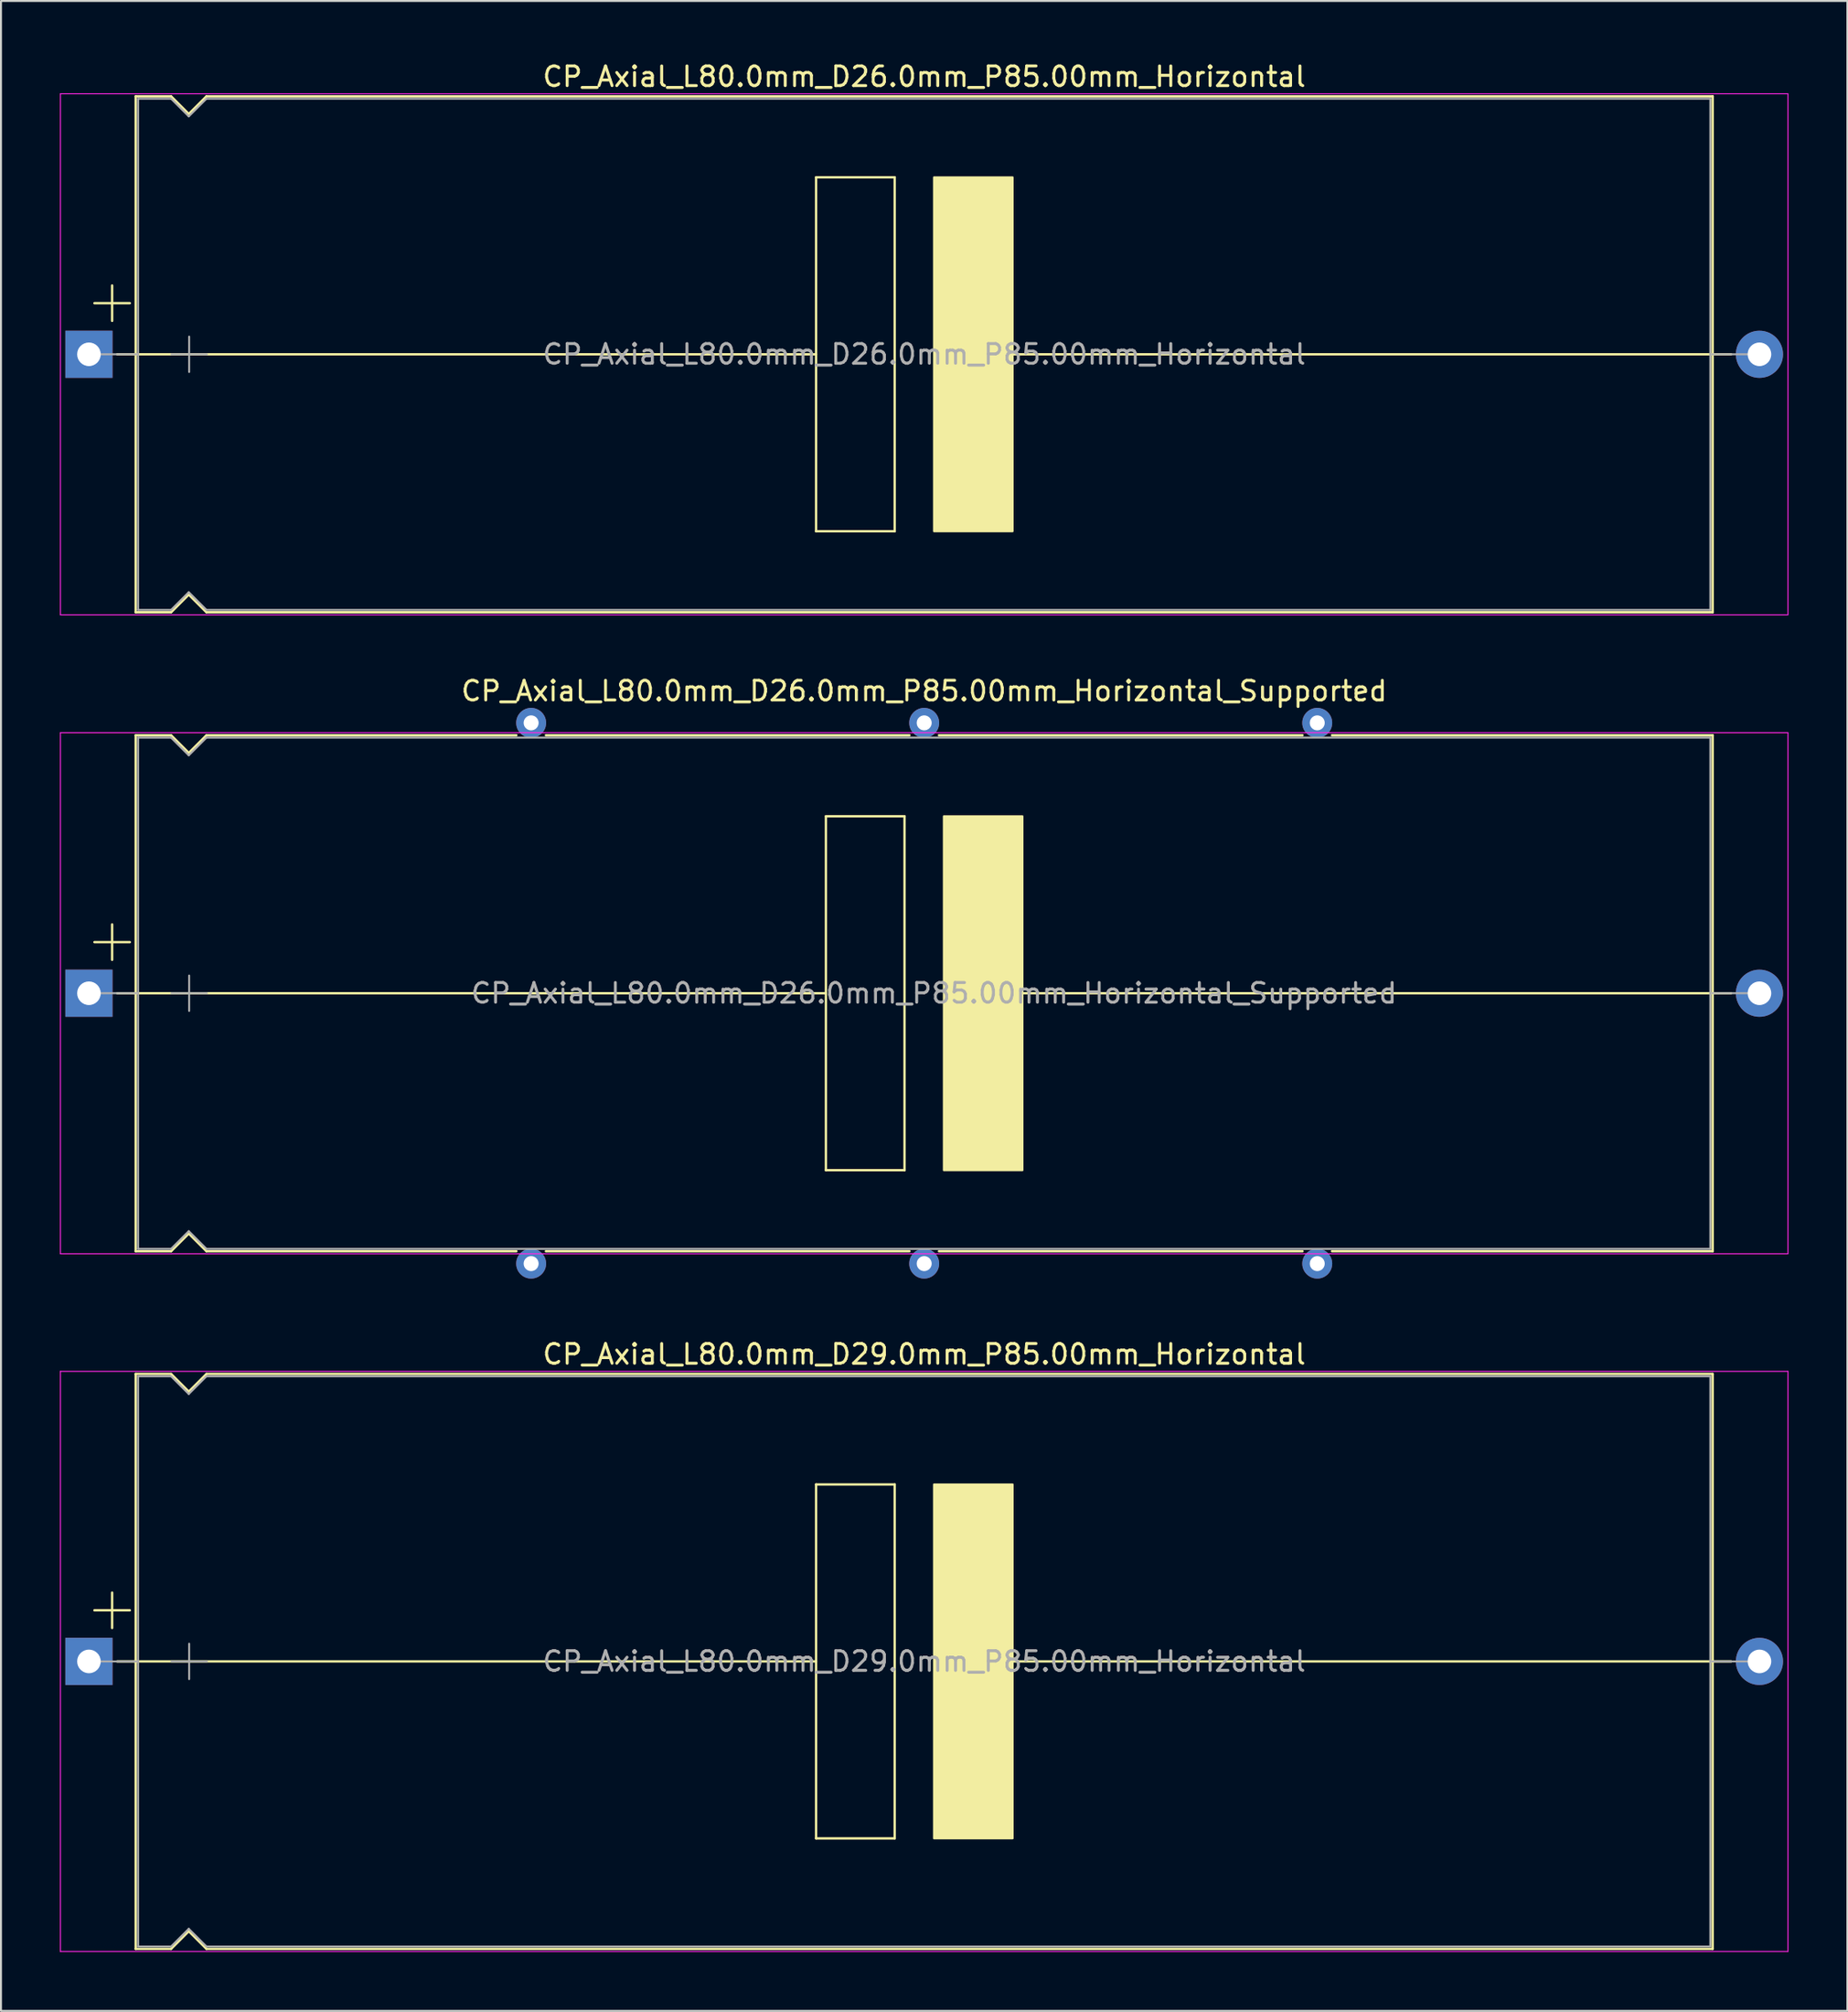
<source format=kicad_pcb>
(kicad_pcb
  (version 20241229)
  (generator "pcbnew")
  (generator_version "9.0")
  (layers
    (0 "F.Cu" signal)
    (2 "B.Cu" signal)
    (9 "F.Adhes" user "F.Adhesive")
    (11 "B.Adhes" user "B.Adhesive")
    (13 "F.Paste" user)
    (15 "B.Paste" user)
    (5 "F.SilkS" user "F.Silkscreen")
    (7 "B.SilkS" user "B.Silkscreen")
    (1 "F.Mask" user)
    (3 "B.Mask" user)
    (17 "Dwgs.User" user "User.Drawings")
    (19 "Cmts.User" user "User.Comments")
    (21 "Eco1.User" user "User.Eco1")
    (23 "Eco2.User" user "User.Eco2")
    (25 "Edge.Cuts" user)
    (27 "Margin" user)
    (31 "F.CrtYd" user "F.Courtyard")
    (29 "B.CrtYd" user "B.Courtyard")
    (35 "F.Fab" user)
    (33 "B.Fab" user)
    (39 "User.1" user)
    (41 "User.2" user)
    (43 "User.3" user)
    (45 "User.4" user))
  (footprint "CP_Axial_L80.0mm_D26.0mm_P85.00mm_Horizontal_Supported"
    (layer "F.Cu")
    (at 1.475 47.462)
    (property "Reference" "CP_Axial_L80.0mm_D26.0mm_P85.00mm_Horizontal_Supported" (at 42.5 -15.37 0) (layer "F.SilkS") (effects (font (size 1 1) (thickness 0.15))))
    (attr through_hole)
    (fp_line (start 0.28 -2.6) (end 2.08 -2.6) (stroke (width 0.12) (type solid)) (layer "F.SilkS"))
    (fp_line (start 1.18 -3.5) (end 1.18 -1.7) (stroke (width 0.12) (type solid)) (layer "F.SilkS"))
    (fp_line (start 1.44 0) (end 2.38 0) (stroke (width 0.12) (type solid)) (layer "F.SilkS"))
    (fp_line (start 2.38 -13.12) (end 2.38 13.12) (stroke (width 0.12) (type solid)) (layer "F.SilkS"))
    (fp_line (start 2.38 -13.12) (end 4.18 -13.12) (stroke (width 0.12) (type solid)) (layer "F.SilkS"))
    (fp_line (start 2.38 0) (end 37.5 0) (stroke (width 0.12) (type solid)) (layer "F.SilkS"))
    (fp_line (start 2.38 13.12) (end 4.18 13.12) (stroke (width 0.12) (type solid)) (layer "F.SilkS"))
    (fp_line (start 4.18 -13.12) (end 5.08 -12.22) (stroke (width 0.12) (type solid)) (layer "F.SilkS"))
    (fp_line (start 4.18 13.12) (end 5.08 12.22) (stroke (width 0.12) (type solid)) (layer "F.SilkS"))
    (fp_line (start 5.08 -12.22) (end 5.98 -13.12) (stroke (width 0.12) (type solid)) (layer "F.SilkS"))
    (fp_line (start 5.08 12.22) (end 5.98 13.12) (stroke (width 0.12) (type solid)) (layer "F.SilkS"))
    (fp_line (start 5.98 -13.12) (end 21.75 -13.12) (stroke (width 0.12) (type solid)) (layer "F.SilkS"))
    (fp_line (start 5.98 13.12) (end 21.75 13.12) (stroke (width 0.12) (type solid)) (layer "F.SilkS"))
    (fp_line (start 23.25 -13.12) (end 41.75 -13.12) (stroke (width 0.12) (type solid)) (layer "F.SilkS"))
    (fp_line (start 23.25 13.12) (end 41.75 13.12) (stroke (width 0.12) (type solid)) (layer "F.SilkS"))
    (fp_line (start 37.5 -9) (end 41.5 -9) (stroke (width 0.12) (type solid)) (layer "F.SilkS"))
    (fp_line (start 37.5 9) (end 37.5 -9) (stroke (width 0.12) (type solid)) (layer "F.SilkS"))
    (fp_line (start 41.5 -9) (end 41.5 9) (stroke (width 0.12) (type solid)) (layer "F.SilkS"))
    (fp_line (start 41.5 9) (end 37.5 9) (stroke (width 0.12) (type solid)) (layer "F.SilkS"))
    (fp_line (start 43.25 -13.12) (end 61.75 -13.12) (stroke (width 0.12) (type solid)) (layer "F.SilkS"))
    (fp_line (start 43.25 13.12) (end 61.75 13.12) (stroke (width 0.12) (type solid)) (layer "F.SilkS"))
    (fp_line (start 47 0) (end 82.62 0) (stroke (width 0.12) (type solid)) (layer "F.SilkS"))
    (fp_line (start 63.25 -13.12) (end 82.62 -13.12) (stroke (width 0.12) (type solid)) (layer "F.SilkS"))
    (fp_line (start 63.25 13.12) (end 82.62 13.12) (stroke (width 0.12) (type solid)) (layer "F.SilkS"))
    (fp_line (start 82.62 -13.12) (end 82.62 13.12) (stroke (width 0.12) (type solid)) (layer "F.SilkS"))
    (fp_line (start 83.56 0) (end 82.62 0) (stroke (width 0.12) (type solid)) (layer "F.SilkS"))
    (fp_poly (pts (xy 47.5 9) (xy 43.5 9) (xy 43.5 -9) (xy 47.5 -9)) (stroke (width 0.1) (type solid)) (fill yes) (layer "F.SilkS"))
    (fp_line (start -1.45 -13.25) (end -1.45 13.25) (stroke (width 0.05) (type solid)) (layer "F.CrtYd"))
    (fp_line (start -1.45 13.25) (end 86.45 13.25) (stroke (width 0.05) (type solid)) (layer "F.CrtYd"))
    (fp_line (start 86.45 -13.25) (end -1.45 -13.25) (stroke (width 0.05) (type solid)) (layer "F.CrtYd"))
    (fp_line (start 86.45 13.25) (end 86.45 -13.25) (stroke (width 0.05) (type solid)) (layer "F.CrtYd"))
    (fp_line (start 0 0) (end 2.5 0) (stroke (width 0.1) (type solid)) (layer "F.Fab"))
    (fp_line (start 2.5 -13) (end 2.5 13) (stroke (width 0.1) (type solid)) (layer "F.Fab"))
    (fp_line (start 2.5 -13) (end 4.18 -13) (stroke (width 0.1) (type solid)) (layer "F.Fab"))
    (fp_line (start 2.5 13) (end 4.18 13) (stroke (width 0.1) (type solid)) (layer "F.Fab"))
    (fp_line (start 4.18 -13) (end 5.08 -12.1) (stroke (width 0.1) (type solid)) (layer "F.Fab"))
    (fp_line (start 4.18 13) (end 5.08 12.1) (stroke (width 0.1) (type solid)) (layer "F.Fab"))
    (fp_line (start 4.2 0) (end 6 0) (stroke (width 0.1) (type solid)) (layer "F.Fab"))
    (fp_line (start 5.08 -12.1) (end 5.98 -13) (stroke (width 0.1) (type solid)) (layer "F.Fab"))
    (fp_line (start 5.08 12.1) (end 5.98 13) (stroke (width 0.1) (type solid)) (layer "F.Fab"))
    (fp_line (start 5.1 -0.9) (end 5.1 0.9) (stroke (width 0.1) (type solid)) (layer "F.Fab"))
    (fp_line (start 5.98 -13) (end 82.5 -13) (stroke (width 0.1) (type solid)) (layer "F.Fab"))
    (fp_line (start 5.98 13) (end 82.5 13) (stroke (width 0.1) (type solid)) (layer "F.Fab"))
    (fp_line (start 82.5 -13) (end 82.5 13) (stroke (width 0.1) (type solid)) (layer "F.Fab"))
    (fp_line (start 85 0) (end 82.5 0) (stroke (width 0.1) (type solid)) (layer "F.Fab"))
    (fp_text user "${REFERENCE}" (at 43 0 0) (layer "F.Fab") (effects (font (size 1 1) (thickness 0.15))))
    (pad "" thru_hole circle (at 22.5 -13.75) (size 1.524 1.524) (drill 0.762) (layers "*.Cu" "*.Mask"))
    (pad "" thru_hole circle (at 22.5 13.75) (size 1.524 1.524) (drill 0.762) (layers "*.Cu" "*.Mask"))
    (pad "" thru_hole circle (at 42.5 -13.75) (size 1.524 1.524) (drill 0.762) (layers "*.Cu" "*.Mask"))
    (pad "" thru_hole circle (at 42.5 13.75) (size 1.524 1.524) (drill 0.762) (layers "*.Cu" "*.Mask"))
    (pad "" thru_hole circle (at 62.5 -13.75) (size 1.524 1.524) (drill 0.762) (layers "*.Cu" "*.Mask"))
    (pad "" thru_hole circle (at 62.5 13.75) (size 1.524 1.524) (drill 0.762) (layers "*.Cu" "*.Mask"))
    (pad "1" thru_hole rect (at 0 0) (size 2.4 2.4) (drill 1.2) (layers "*.Cu" "*.Mask"))
    (pad "2" thru_hole oval (at 85 0) (size 2.4 2.4) (drill 1.2) (layers "*.Cu" "*.Mask")))
  (footprint "CP_Axial_L80.0mm_D29.0mm_P85.00mm_Horizontal"
    (layer "F.Cu")
    (at 1.475 81.442)
    (property "Reference" "CP_Axial_L80.0mm_D29.0mm_P85.00mm_Horizontal" (at 42.5 -15.62 0) (layer "F.SilkS") (effects (font (size 1 1) (thickness 0.15))))
    (attr through_hole)
    (fp_line (start 0.28 -2.6) (end 2.08 -2.6) (stroke (width 0.12) (type solid)) (layer "F.SilkS"))
    (fp_line (start 1.18 -3.5) (end 1.18 -1.7) (stroke (width 0.12) (type solid)) (layer "F.SilkS"))
    (fp_line (start 1.44 0) (end 2.38 0) (stroke (width 0.12) (type solid)) (layer "F.SilkS"))
    (fp_line (start 2.38 -14.62) (end 2.38 14.62) (stroke (width 0.12) (type solid)) (layer "F.SilkS"))
    (fp_line (start 2.38 -14.62) (end 4.18 -14.62) (stroke (width 0.12) (type solid)) (layer "F.SilkS"))
    (fp_line (start 2.38 0) (end 37 0) (stroke (width 0.12) (type solid)) (layer "F.SilkS"))
    (fp_line (start 2.38 14.62) (end 4.18 14.62) (stroke (width 0.12) (type solid)) (layer "F.SilkS"))
    (fp_line (start 4.18 -14.62) (end 5.08 -13.72) (stroke (width 0.12) (type solid)) (layer "F.SilkS"))
    (fp_line (start 4.18 14.62) (end 5.08 13.72) (stroke (width 0.12) (type solid)) (layer "F.SilkS"))
    (fp_line (start 5.08 -13.72) (end 5.98 -14.62) (stroke (width 0.12) (type solid)) (layer "F.SilkS"))
    (fp_line (start 5.08 13.72) (end 5.98 14.62) (stroke (width 0.12) (type solid)) (layer "F.SilkS"))
    (fp_line (start 5.98 -14.62) (end 82.62 -14.62) (stroke (width 0.12) (type solid)) (layer "F.SilkS"))
    (fp_line (start 5.98 14.62) (end 82.62 14.62) (stroke (width 0.12) (type solid)) (layer "F.SilkS"))
    (fp_line (start 37 -9) (end 41 -9) (stroke (width 0.12) (type solid)) (layer "F.SilkS"))
    (fp_line (start 37 9) (end 37 -9) (stroke (width 0.12) (type solid)) (layer "F.SilkS"))
    (fp_line (start 41 -9) (end 41 9) (stroke (width 0.12) (type solid)) (layer "F.SilkS"))
    (fp_line (start 41 9) (end 37 9) (stroke (width 0.12) (type solid)) (layer "F.SilkS"))
    (fp_line (start 47 0) (end 82.614 0) (stroke (width 0.12) (type solid)) (layer "F.SilkS"))
    (fp_line (start 82.62 -14.62) (end 82.62 14.62) (stroke (width 0.12) (type solid)) (layer "F.SilkS"))
    (fp_line (start 83.56 0) (end 82.62 0) (stroke (width 0.12) (type solid)) (layer "F.SilkS"))
    (fp_poly (pts (xy 47 9) (xy 43 9) (xy 43 -9) (xy 47 -9)) (stroke (width 0.1) (type solid)) (fill yes) (layer "F.SilkS"))
    (fp_line (start -1.45 -14.75) (end -1.45 14.75) (stroke (width 0.05) (type solid)) (layer "F.CrtYd"))
    (fp_line (start -1.45 14.75) (end 86.45 14.75) (stroke (width 0.05) (type solid)) (layer "F.CrtYd"))
    (fp_line (start 86.45 -14.75) (end -1.45 -14.75) (stroke (width 0.05) (type solid)) (layer "F.CrtYd"))
    (fp_line (start 86.45 14.75) (end 86.45 -14.75) (stroke (width 0.05) (type solid)) (layer "F.CrtYd"))
    (fp_line (start 0 0) (end 2.5 0) (stroke (width 0.1) (type solid)) (layer "F.Fab"))
    (fp_line (start 2.5 -14.5) (end 2.5 14.5) (stroke (width 0.1) (type solid)) (layer "F.Fab"))
    (fp_line (start 2.5 -14.5) (end 4.18 -14.5) (stroke (width 0.1) (type solid)) (layer "F.Fab"))
    (fp_line (start 2.5 14.5) (end 4.18 14.5) (stroke (width 0.1) (type solid)) (layer "F.Fab"))
    (fp_line (start 4.18 -14.5) (end 5.08 -13.6) (stroke (width 0.1) (type solid)) (layer "F.Fab"))
    (fp_line (start 4.18 14.5) (end 5.08 13.6) (stroke (width 0.1) (type solid)) (layer "F.Fab"))
    (fp_line (start 4.2 0) (end 6 0) (stroke (width 0.1) (type solid)) (layer "F.Fab"))
    (fp_line (start 5.08 -13.6) (end 5.98 -14.5) (stroke (width 0.1) (type solid)) (layer "F.Fab"))
    (fp_line (start 5.08 13.6) (end 5.98 14.5) (stroke (width 0.1) (type solid)) (layer "F.Fab"))
    (fp_line (start 5.1 -0.9) (end 5.1 0.9) (stroke (width 0.1) (type solid)) (layer "F.Fab"))
    (fp_line (start 5.98 -14.5) (end 82.5 -14.5) (stroke (width 0.1) (type solid)) (layer "F.Fab"))
    (fp_line (start 5.98 14.5) (end 82.5 14.5) (stroke (width 0.1) (type solid)) (layer "F.Fab"))
    (fp_line (start 82.5 -14.5) (end 82.5 14.5) (stroke (width 0.1) (type solid)) (layer "F.Fab"))
    (fp_line (start 85 0) (end 82.5 0) (stroke (width 0.1) (type solid)) (layer "F.Fab"))
    (fp_text user "${REFERENCE}" (at 42.5 0 0) (layer "F.Fab") (effects (font (size 1 1) (thickness 0.15))))
    (pad "1" thru_hole rect (at 0 0) (size 2.4 2.4) (drill 1.2) (layers "*.Cu" "*.Mask"))
    (pad "2" thru_hole oval (at 85 0) (size 2.4 2.4) (drill 1.2) (layers "*.Cu" "*.Mask")))
  (footprint "CP_Axial_L80.0mm_D26.0mm_P85.00mm_Horizontal"
    (layer "F.Cu")
    (at 1.475 14.968)
    (property "Reference" "CP_Axial_L80.0mm_D26.0mm_P85.00mm_Horizontal" (at 42.5 -14.12 0) (layer "F.SilkS") (effects (font (size 1 1) (thickness 0.15))))
    (attr through_hole)
    (fp_line (start 0.28 -2.6) (end 2.08 -2.6) (stroke (width 0.12) (type solid)) (layer "F.SilkS"))
    (fp_line (start 1.18 -3.5) (end 1.18 -1.7) (stroke (width 0.12) (type solid)) (layer "F.SilkS"))
    (fp_line (start 1.44 0) (end 2.38 0) (stroke (width 0.12) (type solid)) (layer "F.SilkS"))
    (fp_line (start 2.38 -13.12) (end 2.38 13.12) (stroke (width 0.12) (type solid)) (layer "F.SilkS"))
    (fp_line (start 2.38 -13.12) (end 4.18 -13.12) (stroke (width 0.12) (type solid)) (layer "F.SilkS"))
    (fp_line (start 2.38 0) (end 37 0) (stroke (width 0.12) (type solid)) (layer "F.SilkS"))
    (fp_line (start 2.38 13.12) (end 4.18 13.12) (stroke (width 0.12) (type solid)) (layer "F.SilkS"))
    (fp_line (start 4.18 -13.12) (end 5.08 -12.22) (stroke (width 0.12) (type solid)) (layer "F.SilkS"))
    (fp_line (start 4.18 13.12) (end 5.08 12.22) (stroke (width 0.12) (type solid)) (layer "F.SilkS"))
    (fp_line (start 5.08 -12.22) (end 5.98 -13.12) (stroke (width 0.12) (type solid)) (layer "F.SilkS"))
    (fp_line (start 5.08 12.22) (end 5.98 13.12) (stroke (width 0.12) (type solid)) (layer "F.SilkS"))
    (fp_line (start 5.98 -13.12) (end 82.62 -13.12) (stroke (width 0.12) (type solid)) (layer "F.SilkS"))
    (fp_line (start 5.98 13.12) (end 82.62 13.12) (stroke (width 0.12) (type solid)) (layer "F.SilkS"))
    (fp_line (start 37 -9) (end 41 -9) (stroke (width 0.12) (type solid)) (layer "F.SilkS"))
    (fp_line (start 37 9) (end 37 -9) (stroke (width 0.12) (type solid)) (layer "F.SilkS"))
    (fp_line (start 41 -9) (end 41 9) (stroke (width 0.12) (type solid)) (layer "F.SilkS"))
    (fp_line (start 41 9) (end 37 9) (stroke (width 0.12) (type solid)) (layer "F.SilkS"))
    (fp_line (start 47 0) (end 82.62 0) (stroke (width 0.12) (type solid)) (layer "F.SilkS"))
    (fp_line (start 82.62 -13.12) (end 82.62 13.12) (stroke (width 0.12) (type solid)) (layer "F.SilkS"))
    (fp_line (start 83.56 0) (end 82.62 0) (stroke (width 0.12) (type solid)) (layer "F.SilkS"))
    (fp_poly (pts (xy 47 9) (xy 43 9) (xy 43 -9) (xy 47 -9)) (stroke (width 0.1) (type solid)) (fill yes) (layer "F.SilkS"))
    (fp_line (start -1.45 -13.25) (end -1.45 13.25) (stroke (width 0.05) (type solid)) (layer "F.CrtYd"))
    (fp_line (start -1.45 13.25) (end 86.45 13.25) (stroke (width 0.05) (type solid)) (layer "F.CrtYd"))
    (fp_line (start 86.45 -13.25) (end -1.45 -13.25) (stroke (width 0.05) (type solid)) (layer "F.CrtYd"))
    (fp_line (start 86.45 13.25) (end 86.45 -13.25) (stroke (width 0.05) (type solid)) (layer "F.CrtYd"))
    (fp_line (start 0 0) (end 2.5 0) (stroke (width 0.1) (type solid)) (layer "F.Fab"))
    (fp_line (start 2.5 -13) (end 2.5 13) (stroke (width 0.1) (type solid)) (layer "F.Fab"))
    (fp_line (start 2.5 -13) (end 4.18 -13) (stroke (width 0.1) (type solid)) (layer "F.Fab"))
    (fp_line (start 2.5 13) (end 4.18 13) (stroke (width 0.1) (type solid)) (layer "F.Fab"))
    (fp_line (start 4.18 -13) (end 5.08 -12.1) (stroke (width 0.1) (type solid)) (layer "F.Fab"))
    (fp_line (start 4.18 13) (end 5.08 12.1) (stroke (width 0.1) (type solid)) (layer "F.Fab"))
    (fp_line (start 4.2 0) (end 6 0) (stroke (width 0.1) (type solid)) (layer "F.Fab"))
    (fp_line (start 5.08 -12.1) (end 5.98 -13) (stroke (width 0.1) (type solid)) (layer "F.Fab"))
    (fp_line (start 5.08 12.1) (end 5.98 13) (stroke (width 0.1) (type solid)) (layer "F.Fab"))
    (fp_line (start 5.1 -0.9) (end 5.1 0.9) (stroke (width 0.1) (type solid)) (layer "F.Fab"))
    (fp_line (start 5.98 -13) (end 82.5 -13) (stroke (width 0.1) (type solid)) (layer "F.Fab"))
    (fp_line (start 5.98 13) (end 82.5 13) (stroke (width 0.1) (type solid)) (layer "F.Fab"))
    (fp_line (start 82.5 -13) (end 82.5 13) (stroke (width 0.1) (type solid)) (layer "F.Fab"))
    (fp_line (start 85 0) (end 82.5 0) (stroke (width 0.1) (type solid)) (layer "F.Fab"))
    (fp_text user "${REFERENCE}" (at 42.5 0 0) (layer "F.Fab") (effects (font (size 1 1) (thickness 0.15))))
    (pad "1" thru_hole rect (at 0 0) (size 2.4 2.4) (drill 1.2) (layers "*.Cu" "*.Mask"))
    (pad "2" thru_hole oval (at 85 0) (size 2.4 2.4) (drill 1.2) (layers "*.Cu" "*.Mask")))
  (gr_rect
    (start -3 -3)
    (end 90.95 99.217)
    (stroke (width 0.1) (type default))
    (fill no)
    (layer "Edge.Cuts")))
</source>
